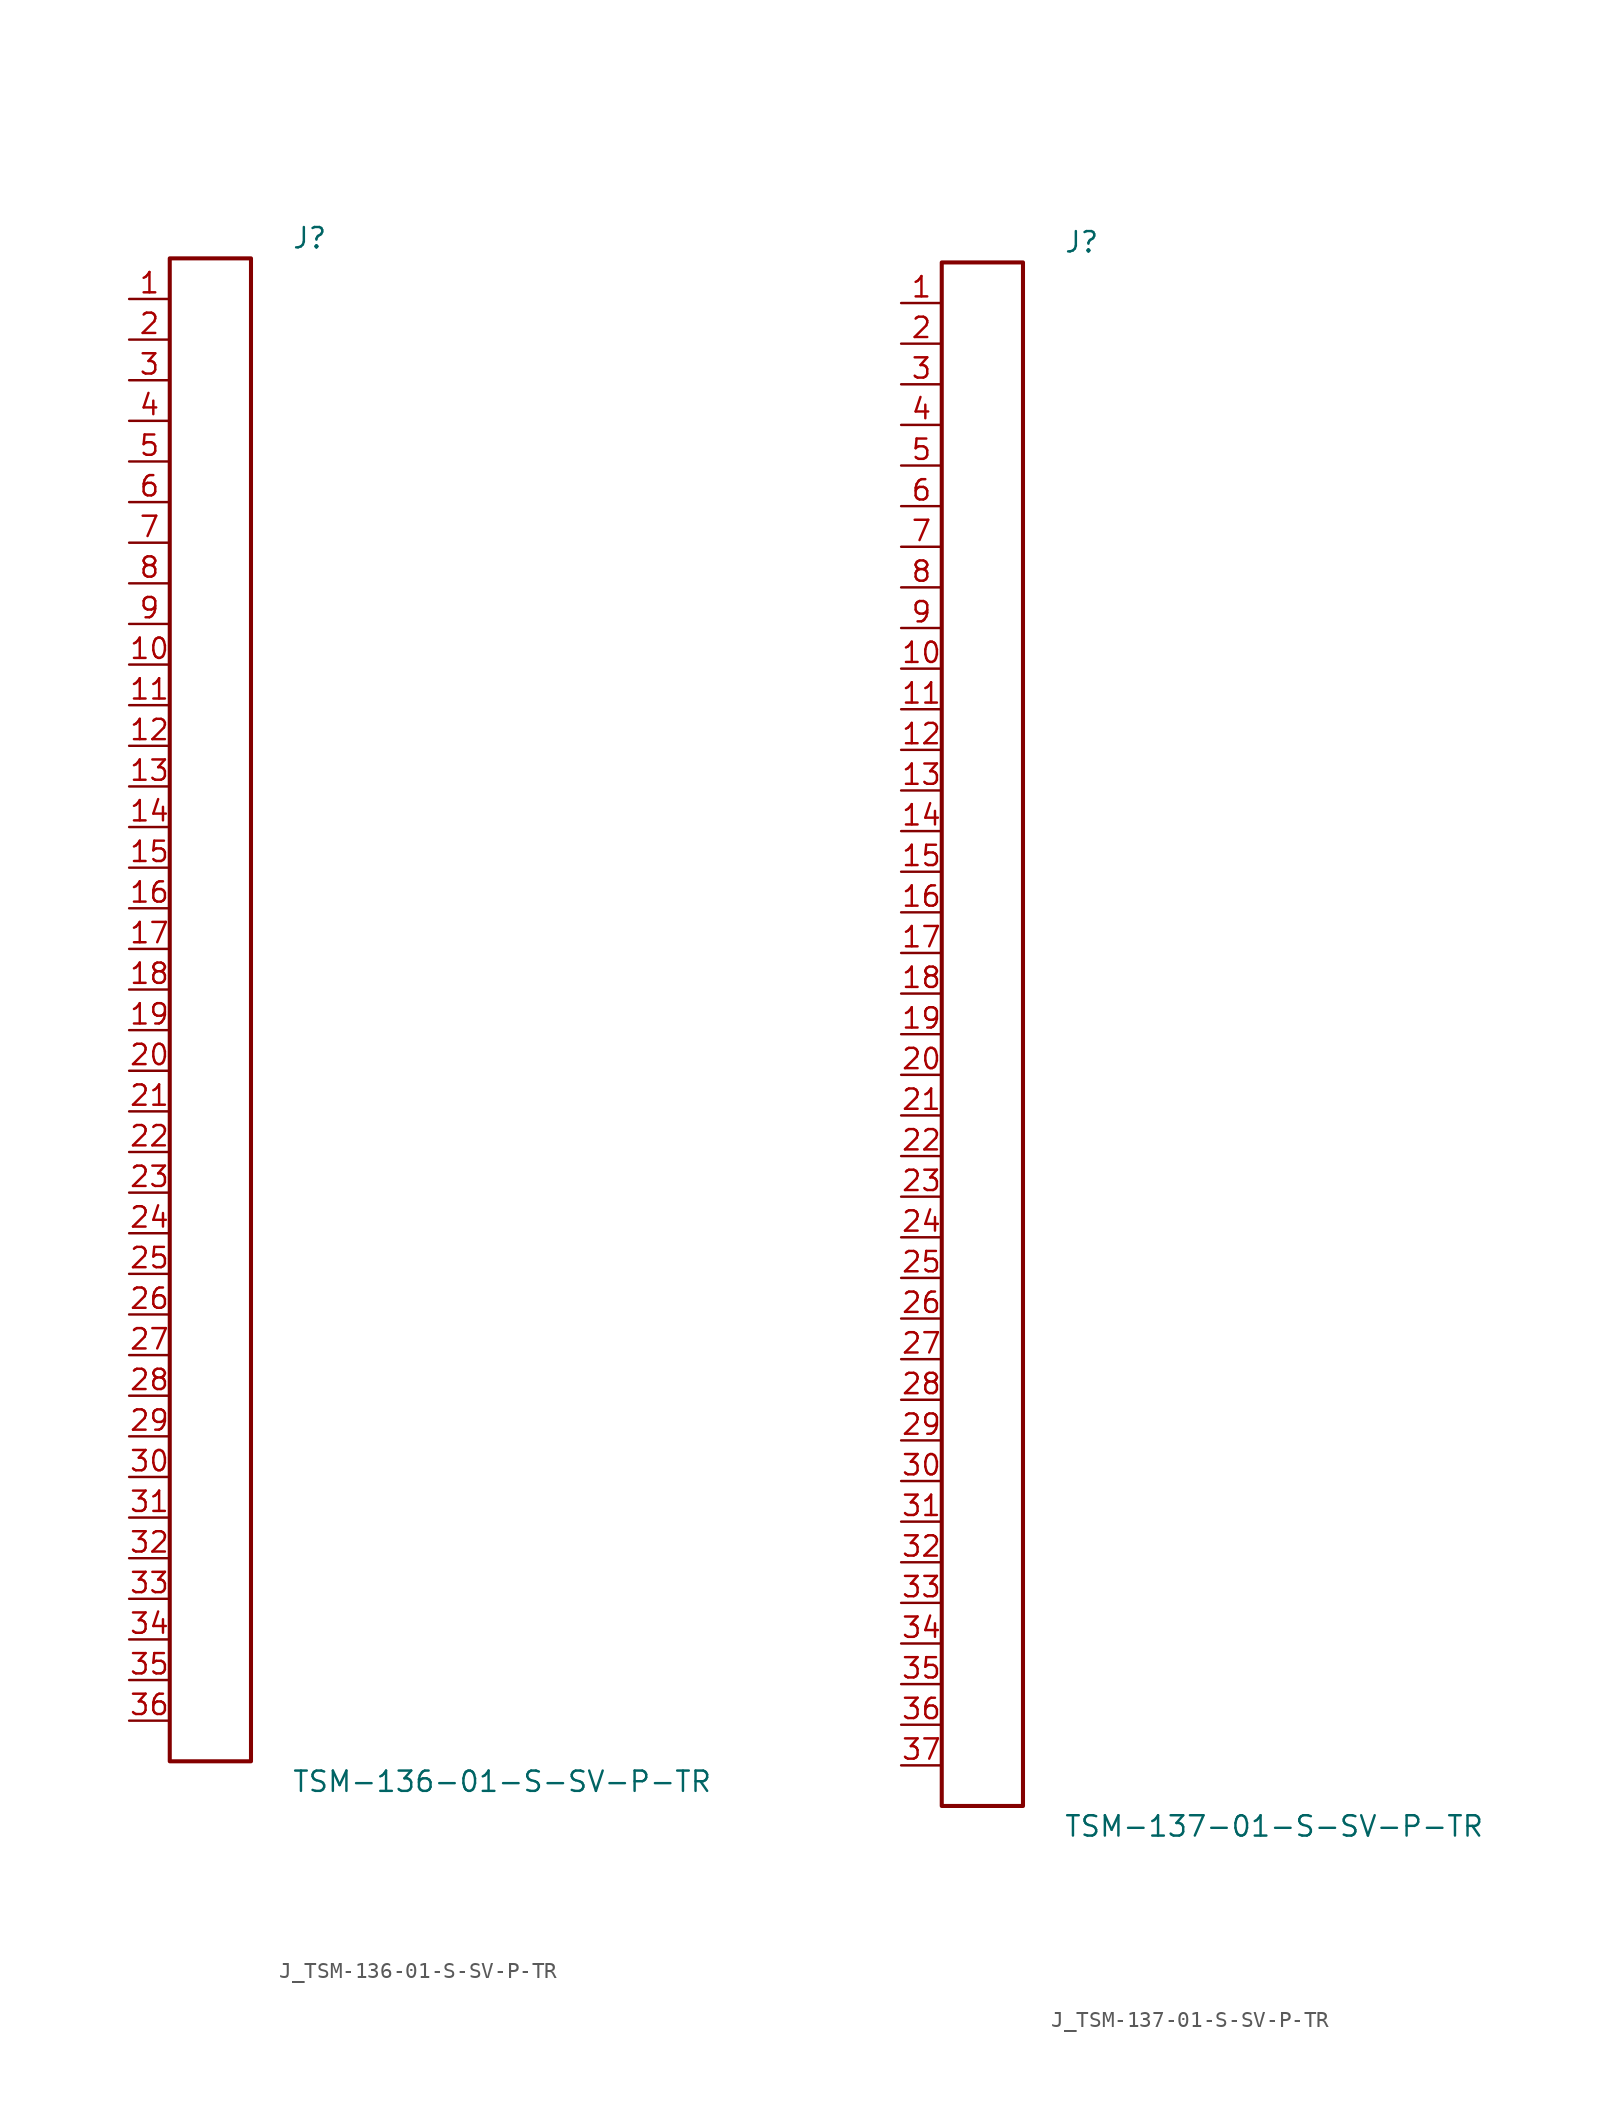
<source format=kicad_sym>
(kicad_symbol_lib
  (version 20231120)
  (generator kicad_symbol_editor)
  (generator_version 8.0)
  (symbol "J_TSM-136-01-S-SV-P-TR"
    (pin_names
      (offset 0.254))
    (property "Reference" "J"
      (at 5.08 48.26 0)
      (effects (font (size 1.27 1.27)) (justify left)))
    (property "Value" "TSM-136-01-S-SV-P-TR"
      (at 5.08 -48.26 0)
      (effects (font (size 1.27 1.27)) (justify left)))
    (symbol "J_TSM-136-01-S-SV-P-TR_0_0"
      (pin unspecified line (at -5.08 44.45 0) (length 2.54) (name "" (effects (font (size 1.27 1.27)))) (number "1" (effects (font (size 1.27 1.27)))))
      (pin unspecified line (at -5.08 41.91 0) (length 2.54) (name "" (effects (font (size 1.27 1.27)))) (number "2" (effects (font (size 1.27 1.27)))))
      (pin unspecified line (at -5.08 39.37 0) (length 2.54) (name "" (effects (font (size 1.27 1.27)))) (number "3" (effects (font (size 1.27 1.27)))))
      (pin unspecified line (at -5.08 36.83 0) (length 2.54) (name "" (effects (font (size 1.27 1.27)))) (number "4" (effects (font (size 1.27 1.27)))))
      (pin unspecified line (at -5.08 34.29 0) (length 2.54) (name "" (effects (font (size 1.27 1.27)))) (number "5" (effects (font (size 1.27 1.27)))))
      (pin unspecified line (at -5.08 31.75 0) (length 2.54) (name "" (effects (font (size 1.27 1.27)))) (number "6" (effects (font (size 1.27 1.27)))))
      (pin unspecified line (at -5.08 29.21 0) (length 2.54) (name "" (effects (font (size 1.27 1.27)))) (number "7" (effects (font (size 1.27 1.27)))))
      (pin unspecified line (at -5.08 26.67 0) (length 2.54) (name "" (effects (font (size 1.27 1.27)))) (number "8" (effects (font (size 1.27 1.27)))))
      (pin unspecified line (at -5.08 24.13 0) (length 2.54) (name "" (effects (font (size 1.27 1.27)))) (number "9" (effects (font (size 1.27 1.27)))))
      (pin unspecified line (at -5.08 21.59 0) (length 2.54) (name "" (effects (font (size 1.27 1.27)))) (number "10" (effects (font (size 1.27 1.27)))))
      (pin unspecified line (at -5.08 19.05 0) (length 2.54) (name "" (effects (font (size 1.27 1.27)))) (number "11" (effects (font (size 1.27 1.27)))))
      (pin unspecified line (at -5.08 16.51 0) (length 2.54) (name "" (effects (font (size 1.27 1.27)))) (number "12" (effects (font (size 1.27 1.27)))))
      (pin unspecified line (at -5.08 13.97 0) (length 2.54) (name "" (effects (font (size 1.27 1.27)))) (number "13" (effects (font (size 1.27 1.27)))))
      (pin unspecified line (at -5.08 11.43 0) (length 2.54) (name "" (effects (font (size 1.27 1.27)))) (number "14" (effects (font (size 1.27 1.27)))))
      (pin unspecified line (at -5.08 8.89 0) (length 2.54) (name "" (effects (font (size 1.27 1.27)))) (number "15" (effects (font (size 1.27 1.27)))))
      (pin unspecified line (at -5.08 6.35 0) (length 2.54) (name "" (effects (font (size 1.27 1.27)))) (number "16" (effects (font (size 1.27 1.27)))))
      (pin unspecified line (at -5.08 3.81 0) (length 2.54) (name "" (effects (font (size 1.27 1.27)))) (number "17" (effects (font (size 1.27 1.27)))))
      (pin unspecified line (at -5.08 1.27 0) (length 2.54) (name "" (effects (font (size 1.27 1.27)))) (number "18" (effects (font (size 1.27 1.27)))))
      (pin unspecified line (at -5.08 -1.27 0) (length 2.54) (name "" (effects (font (size 1.27 1.27)))) (number "19" (effects (font (size 1.27 1.27)))))
      (pin unspecified line (at -5.08 -3.81 0) (length 2.54) (name "" (effects (font (size 1.27 1.27)))) (number "20" (effects (font (size 1.27 1.27)))))
      (pin unspecified line (at -5.08 -6.35 0) (length 2.54) (name "" (effects (font (size 1.27 1.27)))) (number "21" (effects (font (size 1.27 1.27)))))
      (pin unspecified line (at -5.08 -8.89 0) (length 2.54) (name "" (effects (font (size 1.27 1.27)))) (number "22" (effects (font (size 1.27 1.27)))))
      (pin unspecified line (at -5.08 -11.43 0) (length 2.54) (name "" (effects (font (size 1.27 1.27)))) (number "23" (effects (font (size 1.27 1.27)))))
      (pin unspecified line (at -5.08 -13.97 0) (length 2.54) (name "" (effects (font (size 1.27 1.27)))) (number "24" (effects (font (size 1.27 1.27)))))
      (pin unspecified line (at -5.08 -16.51 0) (length 2.54) (name "" (effects (font (size 1.27 1.27)))) (number "25" (effects (font (size 1.27 1.27)))))
      (pin unspecified line (at -5.08 -19.05 0) (length 2.54) (name "" (effects (font (size 1.27 1.27)))) (number "26" (effects (font (size 1.27 1.27)))))
      (pin unspecified line (at -5.08 -21.59 0) (length 2.54) (name "" (effects (font (size 1.27 1.27)))) (number "27" (effects (font (size 1.27 1.27)))))
      (pin unspecified line (at -5.08 -24.13 0) (length 2.54) (name "" (effects (font (size 1.27 1.27)))) (number "28" (effects (font (size 1.27 1.27)))))
      (pin unspecified line (at -5.08 -26.67 0) (length 2.54) (name "" (effects (font (size 1.27 1.27)))) (number "29" (effects (font (size 1.27 1.27)))))
      (pin unspecified line (at -5.08 -29.21 0) (length 2.54) (name "" (effects (font (size 1.27 1.27)))) (number "30" (effects (font (size 1.27 1.27)))))
      (pin unspecified line (at -5.08 -31.75 0) (length 2.54) (name "" (effects (font (size 1.27 1.27)))) (number "31" (effects (font (size 1.27 1.27)))))
      (pin unspecified line (at -5.08 -34.29 0) (length 2.54) (name "" (effects (font (size 1.27 1.27)))) (number "32" (effects (font (size 1.27 1.27)))))
      (pin unspecified line (at -5.08 -36.83 0) (length 2.54) (name "" (effects (font (size 1.27 1.27)))) (number "33" (effects (font (size 1.27 1.27)))))
      (pin unspecified line (at -5.08 -39.37 0) (length 2.54) (name "" (effects (font (size 1.27 1.27)))) (number "34" (effects (font (size 1.27 1.27)))))
      (pin unspecified line (at -5.08 -41.91 0) (length 2.54) (name "" (effects (font (size 1.27 1.27)))) (number "35" (effects (font (size 1.27 1.27)))))
      (pin unspecified line (at -5.08 -44.45 0) (length 2.54) (name "" (effects (font (size 1.27 1.27)))) (number "36" (effects (font (size 1.27 1.27))))))
    (symbol "J_TSM-136-01-S-SV-P-TR_1_0"
      (rectangle (start -2.54 46.99) (end 2.54 -46.99) (stroke (width 0.254) (type solid)) (fill (type none)))))
  (symbol "J_TSM-137-01-S-SV-P-TR"
    (pin_names
      (offset 0.254))
    (property "Reference" "J"
      (at 5.08 49.53 0)
      (effects (font (size 1.27 1.27)) (justify left)))
    (property "Value" "TSM-137-01-S-SV-P-TR"
      (at 5.08 -49.53 0)
      (effects (font (size 1.27 1.27)) (justify left)))
    (symbol "J_TSM-137-01-S-SV-P-TR_0_0"
      (pin unspecified line (at -5.08 45.72 0) (length 2.54) (name "" (effects (font (size 1.27 1.27)))) (number "1" (effects (font (size 1.27 1.27)))))
      (pin unspecified line (at -5.08 43.18 0) (length 2.54) (name "" (effects (font (size 1.27 1.27)))) (number "2" (effects (font (size 1.27 1.27)))))
      (pin unspecified line (at -5.08 40.64 0) (length 2.54) (name "" (effects (font (size 1.27 1.27)))) (number "3" (effects (font (size 1.27 1.27)))))
      (pin unspecified line (at -5.08 38.1 0) (length 2.54) (name "" (effects (font (size 1.27 1.27)))) (number "4" (effects (font (size 1.27 1.27)))))
      (pin unspecified line (at -5.08 35.56 0) (length 2.54) (name "" (effects (font (size 1.27 1.27)))) (number "5" (effects (font (size 1.27 1.27)))))
      (pin unspecified line (at -5.08 33.02 0) (length 2.54) (name "" (effects (font (size 1.27 1.27)))) (number "6" (effects (font (size 1.27 1.27)))))
      (pin unspecified line (at -5.08 30.48 0) (length 2.54) (name "" (effects (font (size 1.27 1.27)))) (number "7" (effects (font (size 1.27 1.27)))))
      (pin unspecified line (at -5.08 27.94 0) (length 2.54) (name "" (effects (font (size 1.27 1.27)))) (number "8" (effects (font (size 1.27 1.27)))))
      (pin unspecified line (at -5.08 25.4 0) (length 2.54) (name "" (effects (font (size 1.27 1.27)))) (number "9" (effects (font (size 1.27 1.27)))))
      (pin unspecified line (at -5.08 22.86 0) (length 2.54) (name "" (effects (font (size 1.27 1.27)))) (number "10" (effects (font (size 1.27 1.27)))))
      (pin unspecified line (at -5.08 20.32 0) (length 2.54) (name "" (effects (font (size 1.27 1.27)))) (number "11" (effects (font (size 1.27 1.27)))))
      (pin unspecified line (at -5.08 17.78 0) (length 2.54) (name "" (effects (font (size 1.27 1.27)))) (number "12" (effects (font (size 1.27 1.27)))))
      (pin unspecified line (at -5.08 15.24 0) (length 2.54) (name "" (effects (font (size 1.27 1.27)))) (number "13" (effects (font (size 1.27 1.27)))))
      (pin unspecified line (at -5.08 12.7 0) (length 2.54) (name "" (effects (font (size 1.27 1.27)))) (number "14" (effects (font (size 1.27 1.27)))))
      (pin unspecified line (at -5.08 10.16 0) (length 2.54) (name "" (effects (font (size 1.27 1.27)))) (number "15" (effects (font (size 1.27 1.27)))))
      (pin unspecified line (at -5.08 7.62 0) (length 2.54) (name "" (effects (font (size 1.27 1.27)))) (number "16" (effects (font (size 1.27 1.27)))))
      (pin unspecified line (at -5.08 5.08 0) (length 2.54) (name "" (effects (font (size 1.27 1.27)))) (number "17" (effects (font (size 1.27 1.27)))))
      (pin unspecified line (at -5.08 2.54 0) (length 2.54) (name "" (effects (font (size 1.27 1.27)))) (number "18" (effects (font (size 1.27 1.27)))))
      (pin unspecified line (at -5.08 0.0 0) (length 2.54) (name "" (effects (font (size 1.27 1.27)))) (number "19" (effects (font (size 1.27 1.27)))))
      (pin unspecified line (at -5.08 -2.54 0) (length 2.54) (name "" (effects (font (size 1.27 1.27)))) (number "20" (effects (font (size 1.27 1.27)))))
      (pin unspecified line (at -5.08 -5.08 0) (length 2.54) (name "" (effects (font (size 1.27 1.27)))) (number "21" (effects (font (size 1.27 1.27)))))
      (pin unspecified line (at -5.08 -7.62 0) (length 2.54) (name "" (effects (font (size 1.27 1.27)))) (number "22" (effects (font (size 1.27 1.27)))))
      (pin unspecified line (at -5.08 -10.16 0) (length 2.54) (name "" (effects (font (size 1.27 1.27)))) (number "23" (effects (font (size 1.27 1.27)))))
      (pin unspecified line (at -5.08 -12.7 0) (length 2.54) (name "" (effects (font (size 1.27 1.27)))) (number "24" (effects (font (size 1.27 1.27)))))
      (pin unspecified line (at -5.08 -15.24 0) (length 2.54) (name "" (effects (font (size 1.27 1.27)))) (number "25" (effects (font (size 1.27 1.27)))))
      (pin unspecified line (at -5.08 -17.78 0) (length 2.54) (name "" (effects (font (size 1.27 1.27)))) (number "26" (effects (font (size 1.27 1.27)))))
      (pin unspecified line (at -5.08 -20.32 0) (length 2.54) (name "" (effects (font (size 1.27 1.27)))) (number "27" (effects (font (size 1.27 1.27)))))
      (pin unspecified line (at -5.08 -22.86 0) (length 2.54) (name "" (effects (font (size 1.27 1.27)))) (number "28" (effects (font (size 1.27 1.27)))))
      (pin unspecified line (at -5.08 -25.4 0) (length 2.54) (name "" (effects (font (size 1.27 1.27)))) (number "29" (effects (font (size 1.27 1.27)))))
      (pin unspecified line (at -5.08 -27.94 0) (length 2.54) (name "" (effects (font (size 1.27 1.27)))) (number "30" (effects (font (size 1.27 1.27)))))
      (pin unspecified line (at -5.08 -30.48 0) (length 2.54) (name "" (effects (font (size 1.27 1.27)))) (number "31" (effects (font (size 1.27 1.27)))))
      (pin unspecified line (at -5.08 -33.02 0) (length 2.54) (name "" (effects (font (size 1.27 1.27)))) (number "32" (effects (font (size 1.27 1.27)))))
      (pin unspecified line (at -5.08 -35.56 0) (length 2.54) (name "" (effects (font (size 1.27 1.27)))) (number "33" (effects (font (size 1.27 1.27)))))
      (pin unspecified line (at -5.08 -38.1 0) (length 2.54) (name "" (effects (font (size 1.27 1.27)))) (number "34" (effects (font (size 1.27 1.27)))))
      (pin unspecified line (at -5.08 -40.64 0) (length 2.54) (name "" (effects (font (size 1.27 1.27)))) (number "35" (effects (font (size 1.27 1.27)))))
      (pin unspecified line (at -5.08 -43.18 0) (length 2.54) (name "" (effects (font (size 1.27 1.27)))) (number "36" (effects (font (size 1.27 1.27)))))
      (pin unspecified line (at -5.08 -45.72 0) (length 2.54) (name "" (effects (font (size 1.27 1.27)))) (number "37" (effects (font (size 1.27 1.27))))))
    (symbol "J_TSM-137-01-S-SV-P-TR_1_0"
      (rectangle (start -2.54 48.26) (end 2.54 -48.26) (stroke (width 0.254) (type solid)) (fill (type none))))))
</source>
